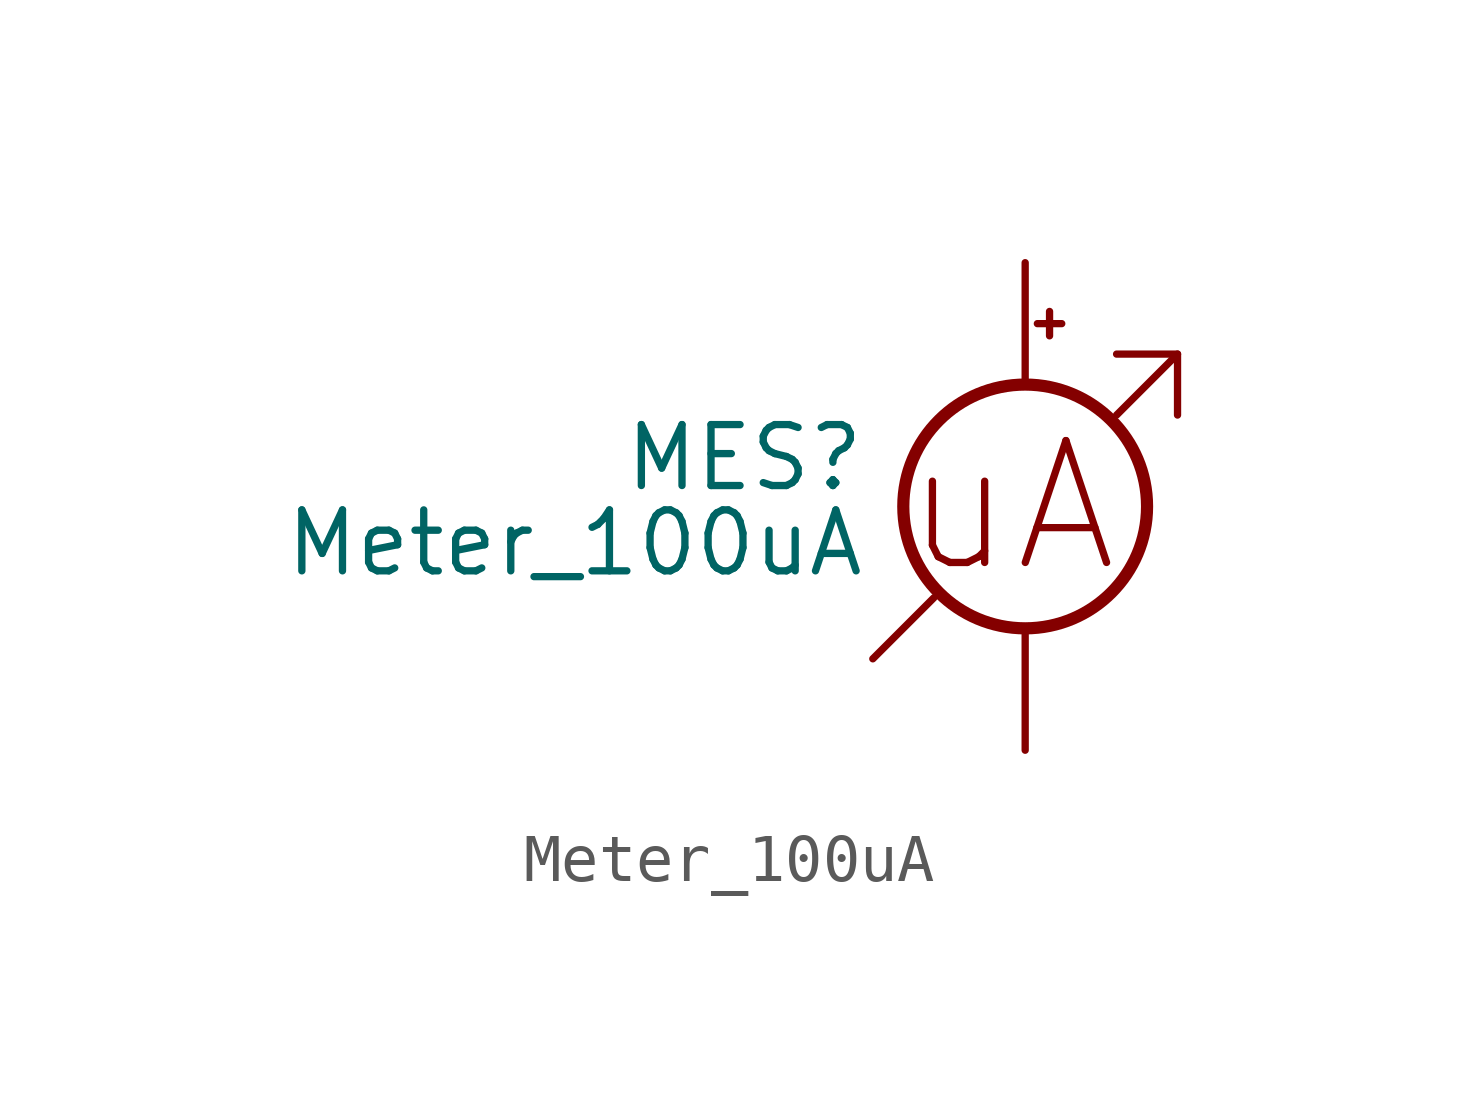
<source format=kicad_sym>
(kicad_symbol_lib
  (version 20211014)
  (generator kicad_symbol_editor)
  (symbol "Meter_100uA"
    (pin_numbers hide)
    (pin_names
      (offset 0.025) hide)
    (property "Reference" "MES"
      (at -3.302 1.016 0)
      (effects (font (size 1.27 1.27)) (justify right)))
    (property "Value" "Meter_100uA"
      (at -3.302 -0.762 0)
      (effects (font (size 1.27 1.27)) (justify right)))
    (symbol "Meter_100uA_0_0"
      (polyline (pts (xy -3.175 -3.175) (xy -1.905 -1.905)) (stroke (width 0) (type default) (color 0 0 0 0)) (fill (type none)))
      (polyline (pts (xy 1.905 1.905) (xy 3.175 3.175)) (stroke (width 0) (type default) (color 0 0 0 0)) (fill (type none)))
      (polyline (pts (xy 1.905 3.175) (xy 3.175 3.175) (xy 3.175 1.905)) (stroke (width 0) (type default) (color 0 0 0 0)) (fill (type none)))
      (text "uA" (at -0.3 0 0) (effects (font (size 2.54 2.54)))))
    (symbol "Meter_100uA_0_1"
      (polyline (pts (xy 0.254 3.81) (xy 0.762 3.81)) (stroke (width 0) (type default) (color 0 0 0 0)) (fill (type none)))
      (polyline (pts (xy 0.508 4.064) (xy 0.508 3.556)) (stroke (width 0) (type default) (color 0 0 0 0)) (fill (type none)))
      (circle (center 0 0) (radius 2.54) (stroke (width 0.254) (type default) (color 0 0 0 0)) (fill (type none))))
    (symbol "Meter_100uA_1_1"
      (pin passive line (at 0 5.08 270) (length 2.54) (name "+" (effects (font (size 1.27 1.27)))) (number "1" (effects (font (size 1.27 1.27)))))
      (pin passive line (at 0 -5.08 90) (length 2.54) (name "-" (effects (font (size 1.27 1.27)))) (number "2" (effects (font (size 1.27 1.27))))))))
</source>
